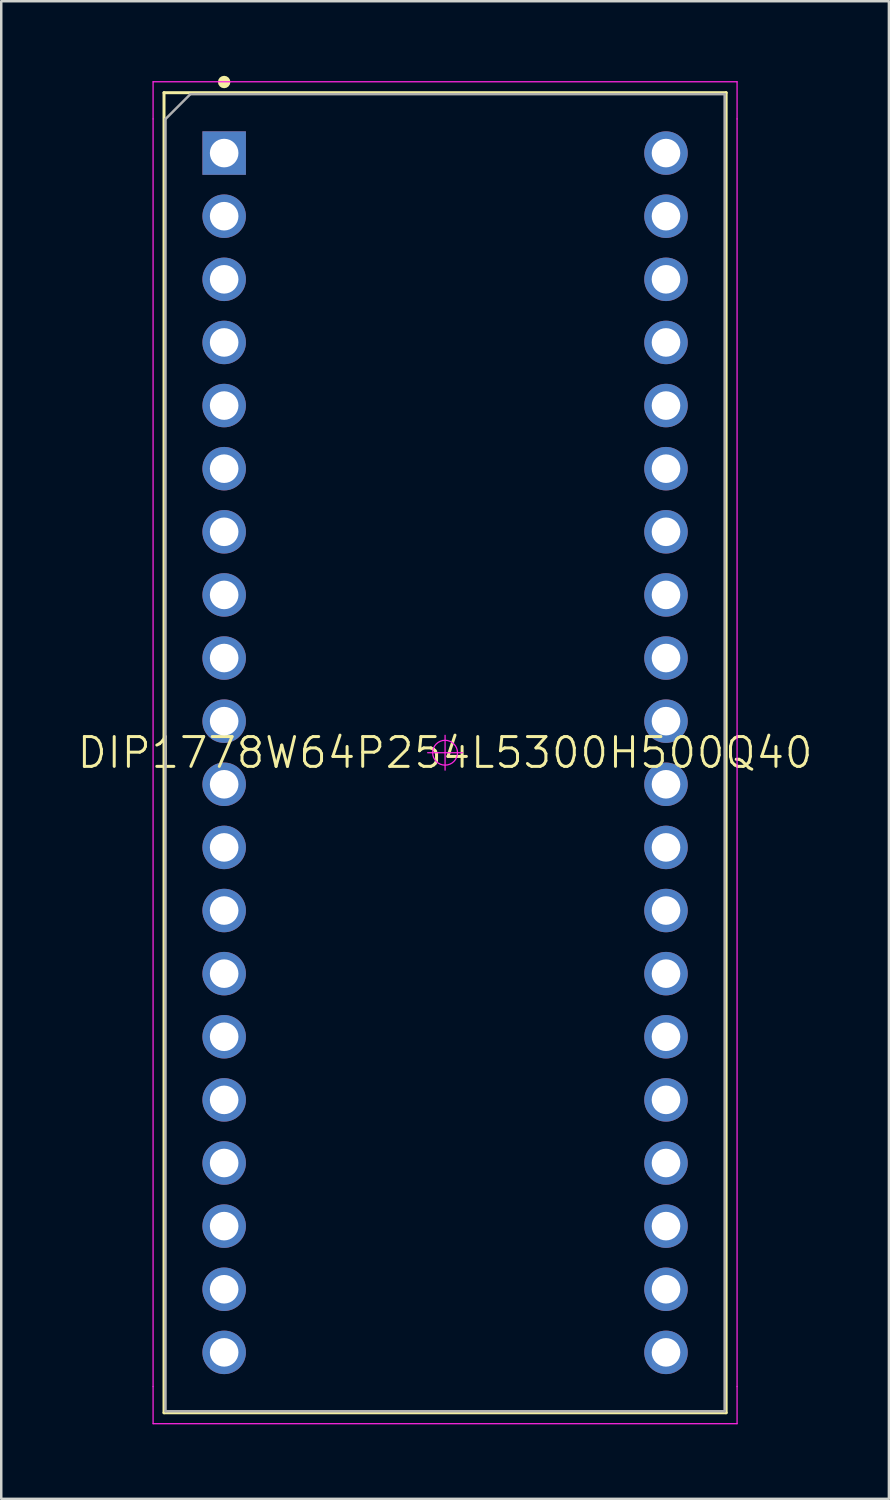
<source format=kicad_pcb>
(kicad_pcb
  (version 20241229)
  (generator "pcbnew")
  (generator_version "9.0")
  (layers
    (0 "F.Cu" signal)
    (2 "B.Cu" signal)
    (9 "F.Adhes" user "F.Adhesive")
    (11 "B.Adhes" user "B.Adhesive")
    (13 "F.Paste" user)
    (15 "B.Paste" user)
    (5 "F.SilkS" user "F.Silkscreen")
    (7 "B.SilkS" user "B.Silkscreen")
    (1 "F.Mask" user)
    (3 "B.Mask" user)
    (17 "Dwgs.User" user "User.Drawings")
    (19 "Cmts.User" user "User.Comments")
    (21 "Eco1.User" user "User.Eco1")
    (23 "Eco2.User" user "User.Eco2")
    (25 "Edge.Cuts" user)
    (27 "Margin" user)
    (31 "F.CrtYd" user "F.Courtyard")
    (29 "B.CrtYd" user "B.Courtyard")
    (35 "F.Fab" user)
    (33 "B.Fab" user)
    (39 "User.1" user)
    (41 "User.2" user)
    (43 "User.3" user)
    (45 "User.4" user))
  (footprint "DIP1778W64P254L5300H500Q40"
    (layer "F.Cu")
    (at 14.86 27.24)
    (property "Reference" "DIP1778W64P254L5300H500Q40" (at 0 0 0) (layer "F.SilkS") (effects (font (size 1.2 1.2) (thickness 0.12))))
    (attr through_hole)
    (fp_line (start -11.31 -26.56) (end 11.31 -26.56) (stroke (width 0.12) (type solid)) (layer "F.SilkS"))
    (fp_line (start -11.31 26.56) (end -11.31 -26.56) (stroke (width 0.12) (type solid)) (layer "F.SilkS"))
    (fp_line (start 11.31 -26.56) (end 11.31 26.56) (stroke (width 0.12) (type solid)) (layer "F.SilkS"))
    (fp_line (start 11.31 26.56) (end -11.31 26.56) (stroke (width 0.12) (type solid)) (layer "F.SilkS"))
    (fp_circle (center -8.89 -26.99) (end -8.89 -26.865) (stroke (width 0.25) (type solid)) (fill no) (layer "F.SilkS"))
    (fp_line (start -11.75 -27) (end 11.75 -27) (stroke (width 0.05) (type solid)) (layer "F.CrtYd"))
    (fp_line (start -11.75 -25.505) (end -11.75 -27) (stroke (width 0.05) (type solid)) (layer "F.CrtYd"))
    (fp_line (start -11.75 25.505) (end -11.75 -25.505) (stroke (width 0.05) (type solid)) (layer "F.CrtYd"))
    (fp_line (start -11.75 27) (end -11.75 25.505) (stroke (width 0.05) (type solid)) (layer "F.CrtYd"))
    (fp_line (start -0.7 0) (end 0.7 0) (stroke (width 0.05) (type solid)) (layer "F.CrtYd"))
    (fp_line (start 0 -0.7) (end 0 0.7) (stroke (width 0.05) (type solid)) (layer "F.CrtYd"))
    (fp_line (start 11.75 -27) (end 11.75 -25.505) (stroke (width 0.05) (type solid)) (layer "F.CrtYd"))
    (fp_line (start 11.75 -25.505) (end 11.75 25.505) (stroke (width 0.05) (type solid)) (layer "F.CrtYd"))
    (fp_line (start 11.75 25.505) (end 11.75 27) (stroke (width 0.05) (type solid)) (layer "F.CrtYd"))
    (fp_line (start 11.75 27) (end -11.75 27) (stroke (width 0.05) (type solid)) (layer "F.CrtYd"))
    (fp_circle (center 0 0) (end 0 0.5) (stroke (width 0.05) (type solid)) (fill no) (layer "F.CrtYd"))
    (fp_line (start -11.25 -25.5) (end -10.25 -26.5) (stroke (width 0.1) (type solid)) (layer "F.Fab"))
    (fp_line (start -11.25 26.5) (end -11.25 -25.5) (stroke (width 0.1) (type solid)) (layer "F.Fab"))
    (fp_line (start -10.25 -26.5) (end 11.25 -26.5) (stroke (width 0.1) (type solid)) (layer "F.Fab"))
    (fp_line (start 11.25 -26.5) (end 11.25 26.5) (stroke (width 0.1) (type solid)) (layer "F.Fab"))
    (fp_line (start 11.25 26.5) (end -11.25 26.5) (stroke (width 0.1) (type solid)) (layer "F.Fab"))
    (pad "1" thru_hole rect (at -8.89 -24.13) (size 1.75 1.75) (drill 1.15) (layers "*.Cu" "*.Paste" "*.Mask"))
    (pad "2" thru_hole circle (at -8.89 -21.59) (size 1.75 1.75) (drill 1.15) (layers "*.Cu" "*.Paste" "*.Mask"))
    (pad "3" thru_hole circle (at -8.89 -19.05) (size 1.75 1.75) (drill 1.15) (layers "*.Cu" "*.Paste" "*.Mask"))
    (pad "4" thru_hole circle (at -8.89 -16.51) (size 1.75 1.75) (drill 1.15) (layers "*.Cu" "*.Paste" "*.Mask"))
    (pad "5" thru_hole circle (at -8.89 -13.97) (size 1.75 1.75) (drill 1.15) (layers "*.Cu" "*.Paste" "*.Mask"))
    (pad "6" thru_hole circle (at -8.89 -11.43) (size 1.75 1.75) (drill 1.15) (layers "*.Cu" "*.Paste" "*.Mask"))
    (pad "7" thru_hole circle (at -8.89 -8.89) (size 1.75 1.75) (drill 1.15) (layers "*.Cu" "*.Paste" "*.Mask"))
    (pad "8" thru_hole circle (at -8.89 -6.35) (size 1.75 1.75) (drill 1.15) (layers "*.Cu" "*.Paste" "*.Mask"))
    (pad "9" thru_hole circle (at -8.89 -3.81) (size 1.75 1.75) (drill 1.15) (layers "*.Cu" "*.Paste" "*.Mask"))
    (pad "10" thru_hole circle (at -8.89 -1.27) (size 1.75 1.75) (drill 1.15) (layers "*.Cu" "*.Paste" "*.Mask"))
    (pad "11" thru_hole circle (at -8.89 1.27) (size 1.75 1.75) (drill 1.15) (layers "*.Cu" "*.Paste" "*.Mask"))
    (pad "12" thru_hole circle (at -8.89 3.81) (size 1.75 1.75) (drill 1.15) (layers "*.Cu" "*.Paste" "*.Mask"))
    (pad "13" thru_hole circle (at -8.89 6.35) (size 1.75 1.75) (drill 1.15) (layers "*.Cu" "*.Paste" "*.Mask"))
    (pad "14" thru_hole circle (at -8.89 8.89) (size 1.75 1.75) (drill 1.15) (layers "*.Cu" "*.Paste" "*.Mask"))
    (pad "15" thru_hole circle (at -8.89 11.43) (size 1.75 1.75) (drill 1.15) (layers "*.Cu" "*.Paste" "*.Mask"))
    (pad "16" thru_hole circle (at -8.89 13.97) (size 1.75 1.75) (drill 1.15) (layers "*.Cu" "*.Paste" "*.Mask"))
    (pad "17" thru_hole circle (at -8.89 16.51) (size 1.75 1.75) (drill 1.15) (layers "*.Cu" "*.Paste" "*.Mask"))
    (pad "18" thru_hole circle (at -8.89 19.05) (size 1.75 1.75) (drill 1.15) (layers "*.Cu" "*.Paste" "*.Mask"))
    (pad "19" thru_hole circle (at -8.89 21.59) (size 1.75 1.75) (drill 1.15) (layers "*.Cu" "*.Paste" "*.Mask"))
    (pad "20" thru_hole circle (at -8.89 24.13) (size 1.75 1.75) (drill 1.15) (layers "*.Cu" "*.Paste" "*.Mask"))
    (pad "21" thru_hole circle (at 8.89 24.13) (size 1.75 1.75) (drill 1.15) (layers "*.Cu" "*.Paste" "*.Mask"))
    (pad "22" thru_hole circle (at 8.89 21.59) (size 1.75 1.75) (drill 1.15) (layers "*.Cu" "*.Paste" "*.Mask"))
    (pad "23" thru_hole circle (at 8.89 19.05) (size 1.75 1.75) (drill 1.15) (layers "*.Cu" "*.Paste" "*.Mask"))
    (pad "24" thru_hole circle (at 8.89 16.51) (size 1.75 1.75) (drill 1.15) (layers "*.Cu" "*.Paste" "*.Mask"))
    (pad "25" thru_hole circle (at 8.89 13.97) (size 1.75 1.75) (drill 1.15) (layers "*.Cu" "*.Paste" "*.Mask"))
    (pad "26" thru_hole circle (at 8.89 11.43) (size 1.75 1.75) (drill 1.15) (layers "*.Cu" "*.Paste" "*.Mask"))
    (pad "27" thru_hole circle (at 8.89 8.89) (size 1.75 1.75) (drill 1.15) (layers "*.Cu" "*.Paste" "*.Mask"))
    (pad "28" thru_hole circle (at 8.89 6.35) (size 1.75 1.75) (drill 1.15) (layers "*.Cu" "*.Paste" "*.Mask"))
    (pad "29" thru_hole circle (at 8.89 3.81) (size 1.75 1.75) (drill 1.15) (layers "*.Cu" "*.Paste" "*.Mask"))
    (pad "30" thru_hole circle (at 8.89 1.27) (size 1.75 1.75) (drill 1.15) (layers "*.Cu" "*.Paste" "*.Mask"))
    (pad "31" thru_hole circle (at 8.89 -1.27) (size 1.75 1.75) (drill 1.15) (layers "*.Cu" "*.Paste" "*.Mask"))
    (pad "32" thru_hole circle (at 8.89 -3.81) (size 1.75 1.75) (drill 1.15) (layers "*.Cu" "*.Paste" "*.Mask"))
    (pad "33" thru_hole circle (at 8.89 -6.35) (size 1.75 1.75) (drill 1.15) (layers "*.Cu" "*.Paste" "*.Mask"))
    (pad "34" thru_hole circle (at 8.89 -8.89) (size 1.75 1.75) (drill 1.15) (layers "*.Cu" "*.Paste" "*.Mask"))
    (pad "35" thru_hole circle (at 8.89 -11.43) (size 1.75 1.75) (drill 1.15) (layers "*.Cu" "*.Paste" "*.Mask"))
    (pad "36" thru_hole circle (at 8.89 -13.97) (size 1.75 1.75) (drill 1.15) (layers "*.Cu" "*.Paste" "*.Mask"))
    (pad "37" thru_hole circle (at 8.89 -16.51) (size 1.75 1.75) (drill 1.15) (layers "*.Cu" "*.Paste" "*.Mask"))
    (pad "38" thru_hole circle (at 8.89 -19.05) (size 1.75 1.75) (drill 1.15) (layers "*.Cu" "*.Paste" "*.Mask"))
    (pad "39" thru_hole circle (at 8.89 -21.59) (size 1.75 1.75) (drill 1.15) (layers "*.Cu" "*.Paste" "*.Mask"))
    (pad "40" thru_hole circle (at 8.89 -24.13) (size 1.75 1.75) (drill 1.15) (layers "*.Cu" "*.Paste" "*.Mask")))
  (gr_rect
    (start -3 -3)
    (end 32.72 57.265)
    (stroke (width 0.1) (type default))
    (fill no)
    (layer "Edge.Cuts")))
</source>
